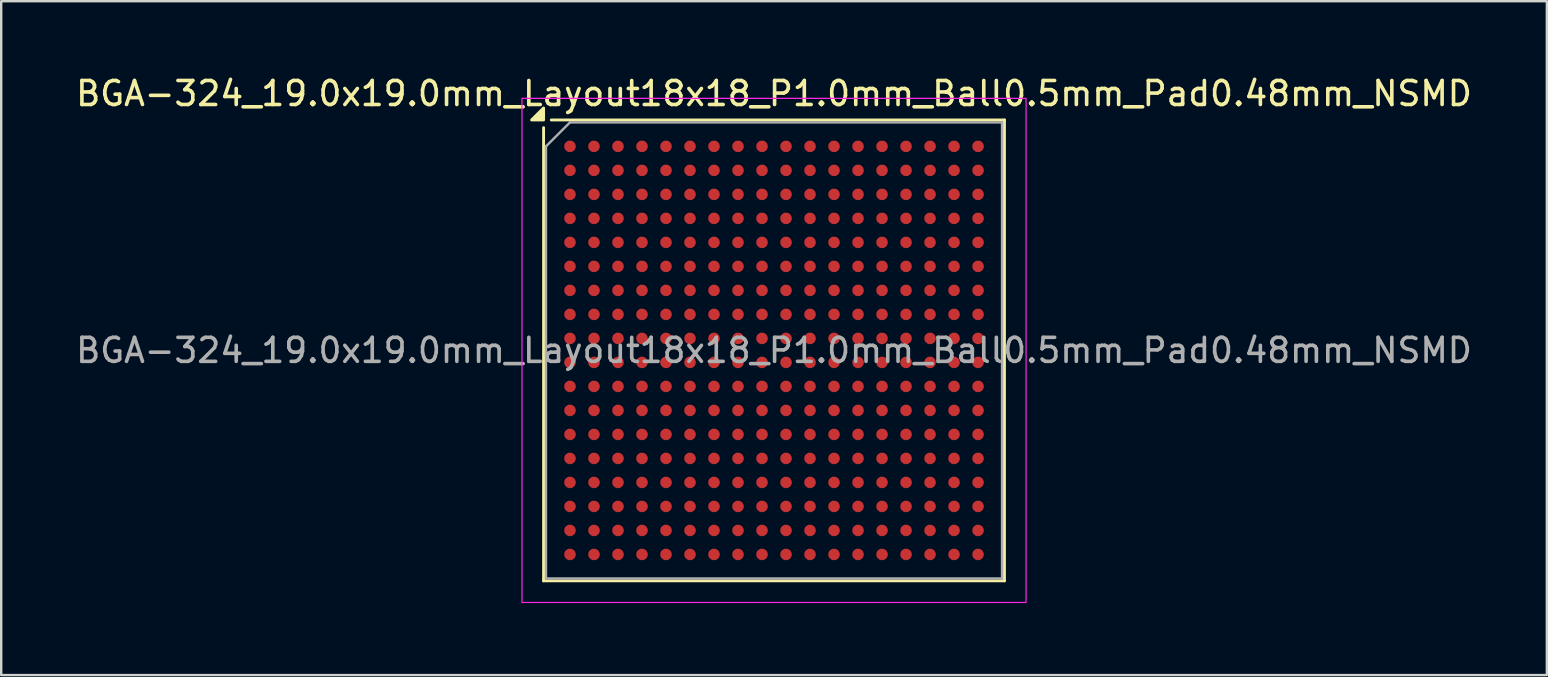
<source format=kicad_pcb>
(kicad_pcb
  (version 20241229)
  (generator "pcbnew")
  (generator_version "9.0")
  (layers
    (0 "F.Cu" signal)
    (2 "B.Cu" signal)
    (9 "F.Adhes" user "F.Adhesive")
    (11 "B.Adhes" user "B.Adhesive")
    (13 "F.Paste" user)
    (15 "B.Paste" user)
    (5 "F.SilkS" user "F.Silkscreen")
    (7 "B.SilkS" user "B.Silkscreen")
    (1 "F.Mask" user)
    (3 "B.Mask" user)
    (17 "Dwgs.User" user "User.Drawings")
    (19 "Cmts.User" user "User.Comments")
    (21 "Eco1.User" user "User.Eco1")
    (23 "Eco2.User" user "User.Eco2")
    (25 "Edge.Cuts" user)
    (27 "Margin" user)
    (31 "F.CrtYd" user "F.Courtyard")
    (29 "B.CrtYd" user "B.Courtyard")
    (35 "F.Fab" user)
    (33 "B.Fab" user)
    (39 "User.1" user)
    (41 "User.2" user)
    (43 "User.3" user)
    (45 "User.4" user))
  (footprint "BGA-324_19.0x19.0mm_Layout18x18_P1.0mm_Ball0.5mm_Pad0.48mm_NSMD"
    (layer "F.Cu")
    (at 29.196 11.548)
    (property "Reference" "BGA-324_19.0x19.0mm_Layout18x18_P1.0mm_Ball0.5mm_Pad0.48mm_NSMD" (at 0 -10.7 0) (layer "F.SilkS") (effects (font (size 1 1) (thickness 0.15))))
    (attr smd)
    (fp_line (start -9.6 -9.28) (end -9.6 9.6) (stroke (width 0.12) (type solid)) (layer "F.SilkS"))
    (fp_line (start -9.6 9.6) (end 9.6 9.6) (stroke (width 0.12) (type solid)) (layer "F.SilkS"))
    (fp_line (start -9.28 -9.6) (end 9.6 -9.6) (stroke (width 0.12) (type solid)) (layer "F.SilkS"))
    (fp_line (start 9.6 9.6) (end 9.6 -9.6) (stroke (width 0.12) (type solid)) (layer "F.SilkS"))
    (fp_poly (pts (xy -9.6 -9.6) (xy -10.1 -9.6) (xy -9.6 -10.1) (xy -9.6 -9.6)) (stroke (width 0.12) (type solid)) (fill yes) (layer "F.SilkS"))
    (fp_rect (start 10.5 10.5) (end -10.5 -10.5) (stroke (width 0.05) (type solid)) (fill no) (layer "F.CrtYd"))
    (fp_line (start -9.5 -8.5) (end -9.5 9.5) (stroke (width 0.1) (type solid)) (layer "F.Fab"))
    (fp_line (start -9.5 9.5) (end 9.5 9.5) (stroke (width 0.1) (type solid)) (layer "F.Fab"))
    (fp_line (start -8.5 -9.5) (end -9.5 -8.5) (stroke (width 0.1) (type solid)) (layer "F.Fab"))
    (fp_line (start 9.5 -9.5) (end -8.5 -9.5) (stroke (width 0.1) (type solid)) (layer "F.Fab"))
    (fp_line (start 9.5 9.5) (end 9.5 -9.5) (stroke (width 0.1) (type solid)) (layer "F.Fab"))
    (fp_text user "${REFERENCE}" (at 0 0 0) (layer "F.Fab") (effects (font (size 1 1) (thickness 0.15))))
    (pad "A1" smd circle (at -8.5 -8.5) (size 0.48 0.48) (property pad_prop_bga) (layers "F.Cu" "F.Mask" "F.Paste"))
    (pad "A2" smd circle (at -7.5 -8.5) (size 0.48 0.48) (property pad_prop_bga) (layers "F.Cu" "F.Mask" "F.Paste"))
    (pad "A3" smd circle (at -6.5 -8.5) (size 0.48 0.48) (property pad_prop_bga) (layers "F.Cu" "F.Mask" "F.Paste"))
    (pad "A4" smd circle (at -5.5 -8.5) (size 0.48 0.48) (property pad_prop_bga) (layers "F.Cu" "F.Mask" "F.Paste"))
    (pad "A5" smd circle (at -4.5 -8.5) (size 0.48 0.48) (property pad_prop_bga) (layers "F.Cu" "F.Mask" "F.Paste"))
    (pad "A6" smd circle (at -3.5 -8.5) (size 0.48 0.48) (property pad_prop_bga) (layers "F.Cu" "F.Mask" "F.Paste"))
    (pad "A7" smd circle (at -2.5 -8.5) (size 0.48 0.48) (property pad_prop_bga) (layers "F.Cu" "F.Mask" "F.Paste"))
    (pad "A8" smd circle (at -1.5 -8.5) (size 0.48 0.48) (property pad_prop_bga) (layers "F.Cu" "F.Mask" "F.Paste"))
    (pad "A9" smd circle (at -0.5 -8.5) (size 0.48 0.48) (property pad_prop_bga) (layers "F.Cu" "F.Mask" "F.Paste"))
    (pad "A10" smd circle (at 0.5 -8.5) (size 0.48 0.48) (property pad_prop_bga) (layers "F.Cu" "F.Mask" "F.Paste"))
    (pad "A11" smd circle (at 1.5 -8.5) (size 0.48 0.48) (property pad_prop_bga) (layers "F.Cu" "F.Mask" "F.Paste"))
    (pad "A12" smd circle (at 2.5 -8.5) (size 0.48 0.48) (property pad_prop_bga) (layers "F.Cu" "F.Mask" "F.Paste"))
    (pad "A13" smd circle (at 3.5 -8.5) (size 0.48 0.48) (property pad_prop_bga) (layers "F.Cu" "F.Mask" "F.Paste"))
    (pad "A14" smd circle (at 4.5 -8.5) (size 0.48 0.48) (property pad_prop_bga) (layers "F.Cu" "F.Mask" "F.Paste"))
    (pad "A15" smd circle (at 5.5 -8.5) (size 0.48 0.48) (property pad_prop_bga) (layers "F.Cu" "F.Mask" "F.Paste"))
    (pad "A16" smd circle (at 6.5 -8.5) (size 0.48 0.48) (property pad_prop_bga) (layers "F.Cu" "F.Mask" "F.Paste"))
    (pad "A17" smd circle (at 7.5 -8.5) (size 0.48 0.48) (property pad_prop_bga) (layers "F.Cu" "F.Mask" "F.Paste"))
    (pad "A18" smd circle (at 8.5 -8.5) (size 0.48 0.48) (property pad_prop_bga) (layers "F.Cu" "F.Mask" "F.Paste"))
    (pad "B1" smd circle (at -8.5 -7.5) (size 0.48 0.48) (property pad_prop_bga) (layers "F.Cu" "F.Mask" "F.Paste"))
    (pad "B2" smd circle (at -7.5 -7.5) (size 0.48 0.48) (property pad_prop_bga) (layers "F.Cu" "F.Mask" "F.Paste"))
    (pad "B3" smd circle (at -6.5 -7.5) (size 0.48 0.48) (property pad_prop_bga) (layers "F.Cu" "F.Mask" "F.Paste"))
    (pad "B4" smd circle (at -5.5 -7.5) (size 0.48 0.48) (property pad_prop_bga) (layers "F.Cu" "F.Mask" "F.Paste"))
    (pad "B5" smd circle (at -4.5 -7.5) (size 0.48 0.48) (property pad_prop_bga) (layers "F.Cu" "F.Mask" "F.Paste"))
    (pad "B6" smd circle (at -3.5 -7.5) (size 0.48 0.48) (property pad_prop_bga) (layers "F.Cu" "F.Mask" "F.Paste"))
    (pad "B7" smd circle (at -2.5 -7.5) (size 0.48 0.48) (property pad_prop_bga) (layers "F.Cu" "F.Mask" "F.Paste"))
    (pad "B8" smd circle (at -1.5 -7.5) (size 0.48 0.48) (property pad_prop_bga) (layers "F.Cu" "F.Mask" "F.Paste"))
    (pad "B9" smd circle (at -0.5 -7.5) (size 0.48 0.48) (property pad_prop_bga) (layers "F.Cu" "F.Mask" "F.Paste"))
    (pad "B10" smd circle (at 0.5 -7.5) (size 0.48 0.48) (property pad_prop_bga) (layers "F.Cu" "F.Mask" "F.Paste"))
    (pad "B11" smd circle (at 1.5 -7.5) (size 0.48 0.48) (property pad_prop_bga) (layers "F.Cu" "F.Mask" "F.Paste"))
    (pad "B12" smd circle (at 2.5 -7.5) (size 0.48 0.48) (property pad_prop_bga) (layers "F.Cu" "F.Mask" "F.Paste"))
    (pad "B13" smd circle (at 3.5 -7.5) (size 0.48 0.48) (property pad_prop_bga) (layers "F.Cu" "F.Mask" "F.Paste"))
    (pad "B14" smd circle (at 4.5 -7.5) (size 0.48 0.48) (property pad_prop_bga) (layers "F.Cu" "F.Mask" "F.Paste"))
    (pad "B15" smd circle (at 5.5 -7.5) (size 0.48 0.48) (property pad_prop_bga) (layers "F.Cu" "F.Mask" "F.Paste"))
    (pad "B16" smd circle (at 6.5 -7.5) (size 0.48 0.48) (property pad_prop_bga) (layers "F.Cu" "F.Mask" "F.Paste"))
    (pad "B17" smd circle (at 7.5 -7.5) (size 0.48 0.48) (property pad_prop_bga) (layers "F.Cu" "F.Mask" "F.Paste"))
    (pad "B18" smd circle (at 8.5 -7.5) (size 0.48 0.48) (property pad_prop_bga) (layers "F.Cu" "F.Mask" "F.Paste"))
    (pad "C1" smd circle (at -8.5 -6.5) (size 0.48 0.48) (property pad_prop_bga) (layers "F.Cu" "F.Mask" "F.Paste"))
    (pad "C2" smd circle (at -7.5 -6.5) (size 0.48 0.48) (property pad_prop_bga) (layers "F.Cu" "F.Mask" "F.Paste"))
    (pad "C3" smd circle (at -6.5 -6.5) (size 0.48 0.48) (property pad_prop_bga) (layers "F.Cu" "F.Mask" "F.Paste"))
    (pad "C4" smd circle (at -5.5 -6.5) (size 0.48 0.48) (property pad_prop_bga) (layers "F.Cu" "F.Mask" "F.Paste"))
    (pad "C5" smd circle (at -4.5 -6.5) (size 0.48 0.48) (property pad_prop_bga) (layers "F.Cu" "F.Mask" "F.Paste"))
    (pad "C6" smd circle (at -3.5 -6.5) (size 0.48 0.48) (property pad_prop_bga) (layers "F.Cu" "F.Mask" "F.Paste"))
    (pad "C7" smd circle (at -2.5 -6.5) (size 0.48 0.48) (property pad_prop_bga) (layers "F.Cu" "F.Mask" "F.Paste"))
    (pad "C8" smd circle (at -1.5 -6.5) (size 0.48 0.48) (property pad_prop_bga) (layers "F.Cu" "F.Mask" "F.Paste"))
    (pad "C9" smd circle (at -0.5 -6.5) (size 0.48 0.48) (property pad_prop_bga) (layers "F.Cu" "F.Mask" "F.Paste"))
    (pad "C10" smd circle (at 0.5 -6.5) (size 0.48 0.48) (property pad_prop_bga) (layers "F.Cu" "F.Mask" "F.Paste"))
    (pad "C11" smd circle (at 1.5 -6.5) (size 0.48 0.48) (property pad_prop_bga) (layers "F.Cu" "F.Mask" "F.Paste"))
    (pad "C12" smd circle (at 2.5 -6.5) (size 0.48 0.48) (property pad_prop_bga) (layers "F.Cu" "F.Mask" "F.Paste"))
    (pad "C13" smd circle (at 3.5 -6.5) (size 0.48 0.48) (property pad_prop_bga) (layers "F.Cu" "F.Mask" "F.Paste"))
    (pad "C14" smd circle (at 4.5 -6.5) (size 0.48 0.48) (property pad_prop_bga) (layers "F.Cu" "F.Mask" "F.Paste"))
    (pad "C15" smd circle (at 5.5 -6.5) (size 0.48 0.48) (property pad_prop_bga) (layers "F.Cu" "F.Mask" "F.Paste"))
    (pad "C16" smd circle (at 6.5 -6.5) (size 0.48 0.48) (property pad_prop_bga) (layers "F.Cu" "F.Mask" "F.Paste"))
    (pad "C17" smd circle (at 7.5 -6.5) (size 0.48 0.48) (property pad_prop_bga) (layers "F.Cu" "F.Mask" "F.Paste"))
    (pad "C18" smd circle (at 8.5 -6.5) (size 0.48 0.48) (property pad_prop_bga) (layers "F.Cu" "F.Mask" "F.Paste"))
    (pad "D1" smd circle (at -8.5 -5.5) (size 0.48 0.48) (property pad_prop_bga) (layers "F.Cu" "F.Mask" "F.Paste"))
    (pad "D2" smd circle (at -7.5 -5.5) (size 0.48 0.48) (property pad_prop_bga) (layers "F.Cu" "F.Mask" "F.Paste"))
    (pad "D3" smd circle (at -6.5 -5.5) (size 0.48 0.48) (property pad_prop_bga) (layers "F.Cu" "F.Mask" "F.Paste"))
    (pad "D4" smd circle (at -5.5 -5.5) (size 0.48 0.48) (property pad_prop_bga) (layers "F.Cu" "F.Mask" "F.Paste"))
    (pad "D5" smd circle (at -4.5 -5.5) (size 0.48 0.48) (property pad_prop_bga) (layers "F.Cu" "F.Mask" "F.Paste"))
    (pad "D6" smd circle (at -3.5 -5.5) (size 0.48 0.48) (property pad_prop_bga) (layers "F.Cu" "F.Mask" "F.Paste"))
    (pad "D7" smd circle (at -2.5 -5.5) (size 0.48 0.48) (property pad_prop_bga) (layers "F.Cu" "F.Mask" "F.Paste"))
    (pad "D8" smd circle (at -1.5 -5.5) (size 0.48 0.48) (property pad_prop_bga) (layers "F.Cu" "F.Mask" "F.Paste"))
    (pad "D9" smd circle (at -0.5 -5.5) (size 0.48 0.48) (property pad_prop_bga) (layers "F.Cu" "F.Mask" "F.Paste"))
    (pad "D10" smd circle (at 0.5 -5.5) (size 0.48 0.48) (property pad_prop_bga) (layers "F.Cu" "F.Mask" "F.Paste"))
    (pad "D11" smd circle (at 1.5 -5.5) (size 0.48 0.48) (property pad_prop_bga) (layers "F.Cu" "F.Mask" "F.Paste"))
    (pad "D12" smd circle (at 2.5 -5.5) (size 0.48 0.48) (property pad_prop_bga) (layers "F.Cu" "F.Mask" "F.Paste"))
    (pad "D13" smd circle (at 3.5 -5.5) (size 0.48 0.48) (property pad_prop_bga) (layers "F.Cu" "F.Mask" "F.Paste"))
    (pad "D14" smd circle (at 4.5 -5.5) (size 0.48 0.48) (property pad_prop_bga) (layers "F.Cu" "F.Mask" "F.Paste"))
    (pad "D15" smd circle (at 5.5 -5.5) (size 0.48 0.48) (property pad_prop_bga) (layers "F.Cu" "F.Mask" "F.Paste"))
    (pad "D16" smd circle (at 6.5 -5.5) (size 0.48 0.48) (property pad_prop_bga) (layers "F.Cu" "F.Mask" "F.Paste"))
    (pad "D17" smd circle (at 7.5 -5.5) (size 0.48 0.48) (property pad_prop_bga) (layers "F.Cu" "F.Mask" "F.Paste"))
    (pad "D18" smd circle (at 8.5 -5.5) (size 0.48 0.48) (property pad_prop_bga) (layers "F.Cu" "F.Mask" "F.Paste"))
    (pad "E1" smd circle (at -8.5 -4.5) (size 0.48 0.48) (property pad_prop_bga) (layers "F.Cu" "F.Mask" "F.Paste"))
    (pad "E2" smd circle (at -7.5 -4.5) (size 0.48 0.48) (property pad_prop_bga) (layers "F.Cu" "F.Mask" "F.Paste"))
    (pad "E3" smd circle (at -6.5 -4.5) (size 0.48 0.48) (property pad_prop_bga) (layers "F.Cu" "F.Mask" "F.Paste"))
    (pad "E4" smd circle (at -5.5 -4.5) (size 0.48 0.48) (property pad_prop_bga) (layers "F.Cu" "F.Mask" "F.Paste"))
    (pad "E5" smd circle (at -4.5 -4.5) (size 0.48 0.48) (property pad_prop_bga) (layers "F.Cu" "F.Mask" "F.Paste"))
    (pad "E6" smd circle (at -3.5 -4.5) (size 0.48 0.48) (property pad_prop_bga) (layers "F.Cu" "F.Mask" "F.Paste"))
    (pad "E7" smd circle (at -2.5 -4.5) (size 0.48 0.48) (property pad_prop_bga) (layers "F.Cu" "F.Mask" "F.Paste"))
    (pad "E8" smd circle (at -1.5 -4.5) (size 0.48 0.48) (property pad_prop_bga) (layers "F.Cu" "F.Mask" "F.Paste"))
    (pad "E9" smd circle (at -0.5 -4.5) (size 0.48 0.48) (property pad_prop_bga) (layers "F.Cu" "F.Mask" "F.Paste"))
    (pad "E10" smd circle (at 0.5 -4.5) (size 0.48 0.48) (property pad_prop_bga) (layers "F.Cu" "F.Mask" "F.Paste"))
    (pad "E11" smd circle (at 1.5 -4.5) (size 0.48 0.48) (property pad_prop_bga) (layers "F.Cu" "F.Mask" "F.Paste"))
    (pad "E12" smd circle (at 2.5 -4.5) (size 0.48 0.48) (property pad_prop_bga) (layers "F.Cu" "F.Mask" "F.Paste"))
    (pad "E13" smd circle (at 3.5 -4.5) (size 0.48 0.48) (property pad_prop_bga) (layers "F.Cu" "F.Mask" "F.Paste"))
    (pad "E14" smd circle (at 4.5 -4.5) (size 0.48 0.48) (property pad_prop_bga) (layers "F.Cu" "F.Mask" "F.Paste"))
    (pad "E15" smd circle (at 5.5 -4.5) (size 0.48 0.48) (property pad_prop_bga) (layers "F.Cu" "F.Mask" "F.Paste"))
    (pad "E16" smd circle (at 6.5 -4.5) (size 0.48 0.48) (property pad_prop_bga) (layers "F.Cu" "F.Mask" "F.Paste"))
    (pad "E17" smd circle (at 7.5 -4.5) (size 0.48 0.48) (property pad_prop_bga) (layers "F.Cu" "F.Mask" "F.Paste"))
    (pad "E18" smd circle (at 8.5 -4.5) (size 0.48 0.48) (property pad_prop_bga) (layers "F.Cu" "F.Mask" "F.Paste"))
    (pad "F1" smd circle (at -8.5 -3.5) (size 0.48 0.48) (property pad_prop_bga) (layers "F.Cu" "F.Mask" "F.Paste"))
    (pad "F2" smd circle (at -7.5 -3.5) (size 0.48 0.48) (property pad_prop_bga) (layers "F.Cu" "F.Mask" "F.Paste"))
    (pad "F3" smd circle (at -6.5 -3.5) (size 0.48 0.48) (property pad_prop_bga) (layers "F.Cu" "F.Mask" "F.Paste"))
    (pad "F4" smd circle (at -5.5 -3.5) (size 0.48 0.48) (property pad_prop_bga) (layers "F.Cu" "F.Mask" "F.Paste"))
    (pad "F5" smd circle (at -4.5 -3.5) (size 0.48 0.48) (property pad_prop_bga) (layers "F.Cu" "F.Mask" "F.Paste"))
    (pad "F6" smd circle (at -3.5 -3.5) (size 0.48 0.48) (property pad_prop_bga) (layers "F.Cu" "F.Mask" "F.Paste"))
    (pad "F7" smd circle (at -2.5 -3.5) (size 0.48 0.48) (property pad_prop_bga) (layers "F.Cu" "F.Mask" "F.Paste"))
    (pad "F8" smd circle (at -1.5 -3.5) (size 0.48 0.48) (property pad_prop_bga) (layers "F.Cu" "F.Mask" "F.Paste"))
    (pad "F9" smd circle (at -0.5 -3.5) (size 0.48 0.48) (property pad_prop_bga) (layers "F.Cu" "F.Mask" "F.Paste"))
    (pad "F10" smd circle (at 0.5 -3.5) (size 0.48 0.48) (property pad_prop_bga) (layers "F.Cu" "F.Mask" "F.Paste"))
    (pad "F11" smd circle (at 1.5 -3.5) (size 0.48 0.48) (property pad_prop_bga) (layers "F.Cu" "F.Mask" "F.Paste"))
    (pad "F12" smd circle (at 2.5 -3.5) (size 0.48 0.48) (property pad_prop_bga) (layers "F.Cu" "F.Mask" "F.Paste"))
    (pad "F13" smd circle (at 3.5 -3.5) (size 0.48 0.48) (property pad_prop_bga) (layers "F.Cu" "F.Mask" "F.Paste"))
    (pad "F14" smd circle (at 4.5 -3.5) (size 0.48 0.48) (property pad_prop_bga) (layers "F.Cu" "F.Mask" "F.Paste"))
    (pad "F15" smd circle (at 5.5 -3.5) (size 0.48 0.48) (property pad_prop_bga) (layers "F.Cu" "F.Mask" "F.Paste"))
    (pad "F16" smd circle (at 6.5 -3.5) (size 0.48 0.48) (property pad_prop_bga) (layers "F.Cu" "F.Mask" "F.Paste"))
    (pad "F17" smd circle (at 7.5 -3.5) (size 0.48 0.48) (property pad_prop_bga) (layers "F.Cu" "F.Mask" "F.Paste"))
    (pad "F18" smd circle (at 8.5 -3.5) (size 0.48 0.48) (property pad_prop_bga) (layers "F.Cu" "F.Mask" "F.Paste"))
    (pad "G1" smd circle (at -8.5 -2.5) (size 0.48 0.48) (property pad_prop_bga) (layers "F.Cu" "F.Mask" "F.Paste"))
    (pad "G2" smd circle (at -7.5 -2.5) (size 0.48 0.48) (property pad_prop_bga) (layers "F.Cu" "F.Mask" "F.Paste"))
    (pad "G3" smd circle (at -6.5 -2.5) (size 0.48 0.48) (property pad_prop_bga) (layers "F.Cu" "F.Mask" "F.Paste"))
    (pad "G4" smd circle (at -5.5 -2.5) (size 0.48 0.48) (property pad_prop_bga) (layers "F.Cu" "F.Mask" "F.Paste"))
    (pad "G5" smd circle (at -4.5 -2.5) (size 0.48 0.48) (property pad_prop_bga) (layers "F.Cu" "F.Mask" "F.Paste"))
    (pad "G6" smd circle (at -3.5 -2.5) (size 0.48 0.48) (property pad_prop_bga) (layers "F.Cu" "F.Mask" "F.Paste"))
    (pad "G7" smd circle (at -2.5 -2.5) (size 0.48 0.48) (property pad_prop_bga) (layers "F.Cu" "F.Mask" "F.Paste"))
    (pad "G8" smd circle (at -1.5 -2.5) (size 0.48 0.48) (property pad_prop_bga) (layers "F.Cu" "F.Mask" "F.Paste"))
    (pad "G9" smd circle (at -0.5 -2.5) (size 0.48 0.48) (property pad_prop_bga) (layers "F.Cu" "F.Mask" "F.Paste"))
    (pad "G10" smd circle (at 0.5 -2.5) (size 0.48 0.48) (property pad_prop_bga) (layers "F.Cu" "F.Mask" "F.Paste"))
    (pad "G11" smd circle (at 1.5 -2.5) (size 0.48 0.48) (property pad_prop_bga) (layers "F.Cu" "F.Mask" "F.Paste"))
    (pad "G12" smd circle (at 2.5 -2.5) (size 0.48 0.48) (property pad_prop_bga) (layers "F.Cu" "F.Mask" "F.Paste"))
    (pad "G13" smd circle (at 3.5 -2.5) (size 0.48 0.48) (property pad_prop_bga) (layers "F.Cu" "F.Mask" "F.Paste"))
    (pad "G14" smd circle (at 4.5 -2.5) (size 0.48 0.48) (property pad_prop_bga) (layers "F.Cu" "F.Mask" "F.Paste"))
    (pad "G15" smd circle (at 5.5 -2.5) (size 0.48 0.48) (property pad_prop_bga) (layers "F.Cu" "F.Mask" "F.Paste"))
    (pad "G16" smd circle (at 6.5 -2.5) (size 0.48 0.48) (property pad_prop_bga) (layers "F.Cu" "F.Mask" "F.Paste"))
    (pad "G17" smd circle (at 7.5 -2.5) (size 0.48 0.48) (property pad_prop_bga) (layers "F.Cu" "F.Mask" "F.Paste"))
    (pad "G18" smd circle (at 8.5 -2.5) (size 0.48 0.48) (property pad_prop_bga) (layers "F.Cu" "F.Mask" "F.Paste"))
    (pad "H1" smd circle (at -8.5 -1.5) (size 0.48 0.48) (property pad_prop_bga) (layers "F.Cu" "F.Mask" "F.Paste"))
    (pad "H2" smd circle (at -7.5 -1.5) (size 0.48 0.48) (property pad_prop_bga) (layers "F.Cu" "F.Mask" "F.Paste"))
    (pad "H3" smd circle (at -6.5 -1.5) (size 0.48 0.48) (property pad_prop_bga) (layers "F.Cu" "F.Mask" "F.Paste"))
    (pad "H4" smd circle (at -5.5 -1.5) (size 0.48 0.48) (property pad_prop_bga) (layers "F.Cu" "F.Mask" "F.Paste"))
    (pad "H5" smd circle (at -4.5 -1.5) (size 0.48 0.48) (property pad_prop_bga) (layers "F.Cu" "F.Mask" "F.Paste"))
    (pad "H6" smd circle (at -3.5 -1.5) (size 0.48 0.48) (property pad_prop_bga) (layers "F.Cu" "F.Mask" "F.Paste"))
    (pad "H7" smd circle (at -2.5 -1.5) (size 0.48 0.48) (property pad_prop_bga) (layers "F.Cu" "F.Mask" "F.Paste"))
    (pad "H8" smd circle (at -1.5 -1.5) (size 0.48 0.48) (property pad_prop_bga) (layers "F.Cu" "F.Mask" "F.Paste"))
    (pad "H9" smd circle (at -0.5 -1.5) (size 0.48 0.48) (property pad_prop_bga) (layers "F.Cu" "F.Mask" "F.Paste"))
    (pad "H10" smd circle (at 0.5 -1.5) (size 0.48 0.48) (property pad_prop_bga) (layers "F.Cu" "F.Mask" "F.Paste"))
    (pad "H11" smd circle (at 1.5 -1.5) (size 0.48 0.48) (property pad_prop_bga) (layers "F.Cu" "F.Mask" "F.Paste"))
    (pad "H12" smd circle (at 2.5 -1.5) (size 0.48 0.48) (property pad_prop_bga) (layers "F.Cu" "F.Mask" "F.Paste"))
    (pad "H13" smd circle (at 3.5 -1.5) (size 0.48 0.48) (property pad_prop_bga) (layers "F.Cu" "F.Mask" "F.Paste"))
    (pad "H14" smd circle (at 4.5 -1.5) (size 0.48 0.48) (property pad_prop_bga) (layers "F.Cu" "F.Mask" "F.Paste"))
    (pad "H15" smd circle (at 5.5 -1.5) (size 0.48 0.48) (property pad_prop_bga) (layers "F.Cu" "F.Mask" "F.Paste"))
    (pad "H16" smd circle (at 6.5 -1.5) (size 0.48 0.48) (property pad_prop_bga) (layers "F.Cu" "F.Mask" "F.Paste"))
    (pad "H17" smd circle (at 7.5 -1.5) (size 0.48 0.48) (property pad_prop_bga) (layers "F.Cu" "F.Mask" "F.Paste"))
    (pad "H18" smd circle (at 8.5 -1.5) (size 0.48 0.48) (property pad_prop_bga) (layers "F.Cu" "F.Mask" "F.Paste"))
    (pad "J1" smd circle (at -8.5 -0.5) (size 0.48 0.48) (property pad_prop_bga) (layers "F.Cu" "F.Mask" "F.Paste"))
    (pad "J2" smd circle (at -7.5 -0.5) (size 0.48 0.48) (property pad_prop_bga) (layers "F.Cu" "F.Mask" "F.Paste"))
    (pad "J3" smd circle (at -6.5 -0.5) (size 0.48 0.48) (property pad_prop_bga) (layers "F.Cu" "F.Mask" "F.Paste"))
    (pad "J4" smd circle (at -5.5 -0.5) (size 0.48 0.48) (property pad_prop_bga) (layers "F.Cu" "F.Mask" "F.Paste"))
    (pad "J5" smd circle (at -4.5 -0.5) (size 0.48 0.48) (property pad_prop_bga) (layers "F.Cu" "F.Mask" "F.Paste"))
    (pad "J6" smd circle (at -3.5 -0.5) (size 0.48 0.48) (property pad_prop_bga) (layers "F.Cu" "F.Mask" "F.Paste"))
    (pad "J7" smd circle (at -2.5 -0.5) (size 0.48 0.48) (property pad_prop_bga) (layers "F.Cu" "F.Mask" "F.Paste"))
    (pad "J8" smd circle (at -1.5 -0.5) (size 0.48 0.48) (property pad_prop_bga) (layers "F.Cu" "F.Mask" "F.Paste"))
    (pad "J9" smd circle (at -0.5 -0.5) (size 0.48 0.48) (property pad_prop_bga) (layers "F.Cu" "F.Mask" "F.Paste"))
    (pad "J10" smd circle (at 0.5 -0.5) (size 0.48 0.48) (property pad_prop_bga) (layers "F.Cu" "F.Mask" "F.Paste"))
    (pad "J11" smd circle (at 1.5 -0.5) (size 0.48 0.48) (property pad_prop_bga) (layers "F.Cu" "F.Mask" "F.Paste"))
    (pad "J12" smd circle (at 2.5 -0.5) (size 0.48 0.48) (property pad_prop_bga) (layers "F.Cu" "F.Mask" "F.Paste"))
    (pad "J13" smd circle (at 3.5 -0.5) (size 0.48 0.48) (property pad_prop_bga) (layers "F.Cu" "F.Mask" "F.Paste"))
    (pad "J14" smd circle (at 4.5 -0.5) (size 0.48 0.48) (property pad_prop_bga) (layers "F.Cu" "F.Mask" "F.Paste"))
    (pad "J15" smd circle (at 5.5 -0.5) (size 0.48 0.48) (property pad_prop_bga) (layers "F.Cu" "F.Mask" "F.Paste"))
    (pad "J16" smd circle (at 6.5 -0.5) (size 0.48 0.48) (property pad_prop_bga) (layers "F.Cu" "F.Mask" "F.Paste"))
    (pad "J17" smd circle (at 7.5 -0.5) (size 0.48 0.48) (property pad_prop_bga) (layers "F.Cu" "F.Mask" "F.Paste"))
    (pad "J18" smd circle (at 8.5 -0.5) (size 0.48 0.48) (property pad_prop_bga) (layers "F.Cu" "F.Mask" "F.Paste"))
    (pad "K1" smd circle (at -8.5 0.5) (size 0.48 0.48) (property pad_prop_bga) (layers "F.Cu" "F.Mask" "F.Paste"))
    (pad "K2" smd circle (at -7.5 0.5) (size 0.48 0.48) (property pad_prop_bga) (layers "F.Cu" "F.Mask" "F.Paste"))
    (pad "K3" smd circle (at -6.5 0.5) (size 0.48 0.48) (property pad_prop_bga) (layers "F.Cu" "F.Mask" "F.Paste"))
    (pad "K4" smd circle (at -5.5 0.5) (size 0.48 0.48) (property pad_prop_bga) (layers "F.Cu" "F.Mask" "F.Paste"))
    (pad "K5" smd circle (at -4.5 0.5) (size 0.48 0.48) (property pad_prop_bga) (layers "F.Cu" "F.Mask" "F.Paste"))
    (pad "K6" smd circle (at -3.5 0.5) (size 0.48 0.48) (property pad_prop_bga) (layers "F.Cu" "F.Mask" "F.Paste"))
    (pad "K7" smd circle (at -2.5 0.5) (size 0.48 0.48) (property pad_prop_bga) (layers "F.Cu" "F.Mask" "F.Paste"))
    (pad "K8" smd circle (at -1.5 0.5) (size 0.48 0.48) (property pad_prop_bga) (layers "F.Cu" "F.Mask" "F.Paste"))
    (pad "K9" smd circle (at -0.5 0.5) (size 0.48 0.48) (property pad_prop_bga) (layers "F.Cu" "F.Mask" "F.Paste"))
    (pad "K10" smd circle (at 0.5 0.5) (size 0.48 0.48) (property pad_prop_bga) (layers "F.Cu" "F.Mask" "F.Paste"))
    (pad "K11" smd circle (at 1.5 0.5) (size 0.48 0.48) (property pad_prop_bga) (layers "F.Cu" "F.Mask" "F.Paste"))
    (pad "K12" smd circle (at 2.5 0.5) (size 0.48 0.48) (property pad_prop_bga) (layers "F.Cu" "F.Mask" "F.Paste"))
    (pad "K13" smd circle (at 3.5 0.5) (size 0.48 0.48) (property pad_prop_bga) (layers "F.Cu" "F.Mask" "F.Paste"))
    (pad "K14" smd circle (at 4.5 0.5) (size 0.48 0.48) (property pad_prop_bga) (layers "F.Cu" "F.Mask" "F.Paste"))
    (pad "K15" smd circle (at 5.5 0.5) (size 0.48 0.48) (property pad_prop_bga) (layers "F.Cu" "F.Mask" "F.Paste"))
    (pad "K16" smd circle (at 6.5 0.5) (size 0.48 0.48) (property pad_prop_bga) (layers "F.Cu" "F.Mask" "F.Paste"))
    (pad "K17" smd circle (at 7.5 0.5) (size 0.48 0.48) (property pad_prop_bga) (layers "F.Cu" "F.Mask" "F.Paste"))
    (pad "K18" smd circle (at 8.5 0.5) (size 0.48 0.48) (property pad_prop_bga) (layers "F.Cu" "F.Mask" "F.Paste"))
    (pad "L1" smd circle (at -8.5 1.5) (size 0.48 0.48) (property pad_prop_bga) (layers "F.Cu" "F.Mask" "F.Paste"))
    (pad "L2" smd circle (at -7.5 1.5) (size 0.48 0.48) (property pad_prop_bga) (layers "F.Cu" "F.Mask" "F.Paste"))
    (pad "L3" smd circle (at -6.5 1.5) (size 0.48 0.48) (property pad_prop_bga) (layers "F.Cu" "F.Mask" "F.Paste"))
    (pad "L4" smd circle (at -5.5 1.5) (size 0.48 0.48) (property pad_prop_bga) (layers "F.Cu" "F.Mask" "F.Paste"))
    (pad "L5" smd circle (at -4.5 1.5) (size 0.48 0.48) (property pad_prop_bga) (layers "F.Cu" "F.Mask" "F.Paste"))
    (pad "L6" smd circle (at -3.5 1.5) (size 0.48 0.48) (property pad_prop_bga) (layers "F.Cu" "F.Mask" "F.Paste"))
    (pad "L7" smd circle (at -2.5 1.5) (size 0.48 0.48) (property pad_prop_bga) (layers "F.Cu" "F.Mask" "F.Paste"))
    (pad "L8" smd circle (at -1.5 1.5) (size 0.48 0.48) (property pad_prop_bga) (layers "F.Cu" "F.Mask" "F.Paste"))
    (pad "L9" smd circle (at -0.5 1.5) (size 0.48 0.48) (property pad_prop_bga) (layers "F.Cu" "F.Mask" "F.Paste"))
    (pad "L10" smd circle (at 0.5 1.5) (size 0.48 0.48) (property pad_prop_bga) (layers "F.Cu" "F.Mask" "F.Paste"))
    (pad "L11" smd circle (at 1.5 1.5) (size 0.48 0.48) (property pad_prop_bga) (layers "F.Cu" "F.Mask" "F.Paste"))
    (pad "L12" smd circle (at 2.5 1.5) (size 0.48 0.48) (property pad_prop_bga) (layers "F.Cu" "F.Mask" "F.Paste"))
    (pad "L13" smd circle (at 3.5 1.5) (size 0.48 0.48) (property pad_prop_bga) (layers "F.Cu" "F.Mask" "F.Paste"))
    (pad "L14" smd circle (at 4.5 1.5) (size 0.48 0.48) (property pad_prop_bga) (layers "F.Cu" "F.Mask" "F.Paste"))
    (pad "L15" smd circle (at 5.5 1.5) (size 0.48 0.48) (property pad_prop_bga) (layers "F.Cu" "F.Mask" "F.Paste"))
    (pad "L16" smd circle (at 6.5 1.5) (size 0.48 0.48) (property pad_prop_bga) (layers "F.Cu" "F.Mask" "F.Paste"))
    (pad "L17" smd circle (at 7.5 1.5) (size 0.48 0.48) (property pad_prop_bga) (layers "F.Cu" "F.Mask" "F.Paste"))
    (pad "L18" smd circle (at 8.5 1.5) (size 0.48 0.48) (property pad_prop_bga) (layers "F.Cu" "F.Mask" "F.Paste"))
    (pad "M1" smd circle (at -8.5 2.5) (size 0.48 0.48) (property pad_prop_bga) (layers "F.Cu" "F.Mask" "F.Paste"))
    (pad "M2" smd circle (at -7.5 2.5) (size 0.48 0.48) (property pad_prop_bga) (layers "F.Cu" "F.Mask" "F.Paste"))
    (pad "M3" smd circle (at -6.5 2.5) (size 0.48 0.48) (property pad_prop_bga) (layers "F.Cu" "F.Mask" "F.Paste"))
    (pad "M4" smd circle (at -5.5 2.5) (size 0.48 0.48) (property pad_prop_bga) (layers "F.Cu" "F.Mask" "F.Paste"))
    (pad "M5" smd circle (at -4.5 2.5) (size 0.48 0.48) (property pad_prop_bga) (layers "F.Cu" "F.Mask" "F.Paste"))
    (pad "M6" smd circle (at -3.5 2.5) (size 0.48 0.48) (property pad_prop_bga) (layers "F.Cu" "F.Mask" "F.Paste"))
    (pad "M7" smd circle (at -2.5 2.5) (size 0.48 0.48) (property pad_prop_bga) (layers "F.Cu" "F.Mask" "F.Paste"))
    (pad "M8" smd circle (at -1.5 2.5) (size 0.48 0.48) (property pad_prop_bga) (layers "F.Cu" "F.Mask" "F.Paste"))
    (pad "M9" smd circle (at -0.5 2.5) (size 0.48 0.48) (property pad_prop_bga) (layers "F.Cu" "F.Mask" "F.Paste"))
    (pad "M10" smd circle (at 0.5 2.5) (size 0.48 0.48) (property pad_prop_bga) (layers "F.Cu" "F.Mask" "F.Paste"))
    (pad "M11" smd circle (at 1.5 2.5) (size 0.48 0.48) (property pad_prop_bga) (layers "F.Cu" "F.Mask" "F.Paste"))
    (pad "M12" smd circle (at 2.5 2.5) (size 0.48 0.48) (property pad_prop_bga) (layers "F.Cu" "F.Mask" "F.Paste"))
    (pad "M13" smd circle (at 3.5 2.5) (size 0.48 0.48) (property pad_prop_bga) (layers "F.Cu" "F.Mask" "F.Paste"))
    (pad "M14" smd circle (at 4.5 2.5) (size 0.48 0.48) (property pad_prop_bga) (layers "F.Cu" "F.Mask" "F.Paste"))
    (pad "M15" smd circle (at 5.5 2.5) (size 0.48 0.48) (property pad_prop_bga) (layers "F.Cu" "F.Mask" "F.Paste"))
    (pad "M16" smd circle (at 6.5 2.5) (size 0.48 0.48) (property pad_prop_bga) (layers "F.Cu" "F.Mask" "F.Paste"))
    (pad "M17" smd circle (at 7.5 2.5) (size 0.48 0.48) (property pad_prop_bga) (layers "F.Cu" "F.Mask" "F.Paste"))
    (pad "M18" smd circle (at 8.5 2.5) (size 0.48 0.48) (property pad_prop_bga) (layers "F.Cu" "F.Mask" "F.Paste"))
    (pad "N1" smd circle (at -8.5 3.5) (size 0.48 0.48) (property pad_prop_bga) (layers "F.Cu" "F.Mask" "F.Paste"))
    (pad "N2" smd circle (at -7.5 3.5) (size 0.48 0.48) (property pad_prop_bga) (layers "F.Cu" "F.Mask" "F.Paste"))
    (pad "N3" smd circle (at -6.5 3.5) (size 0.48 0.48) (property pad_prop_bga) (layers "F.Cu" "F.Mask" "F.Paste"))
    (pad "N4" smd circle (at -5.5 3.5) (size 0.48 0.48) (property pad_prop_bga) (layers "F.Cu" "F.Mask" "F.Paste"))
    (pad "N5" smd circle (at -4.5 3.5) (size 0.48 0.48) (property pad_prop_bga) (layers "F.Cu" "F.Mask" "F.Paste"))
    (pad "N6" smd circle (at -3.5 3.5) (size 0.48 0.48) (property pad_prop_bga) (layers "F.Cu" "F.Mask" "F.Paste"))
    (pad "N7" smd circle (at -2.5 3.5) (size 0.48 0.48) (property pad_prop_bga) (layers "F.Cu" "F.Mask" "F.Paste"))
    (pad "N8" smd circle (at -1.5 3.5) (size 0.48 0.48) (property pad_prop_bga) (layers "F.Cu" "F.Mask" "F.Paste"))
    (pad "N9" smd circle (at -0.5 3.5) (size 0.48 0.48) (property pad_prop_bga) (layers "F.Cu" "F.Mask" "F.Paste"))
    (pad "N10" smd circle (at 0.5 3.5) (size 0.48 0.48) (property pad_prop_bga) (layers "F.Cu" "F.Mask" "F.Paste"))
    (pad "N11" smd circle (at 1.5 3.5) (size 0.48 0.48) (property pad_prop_bga) (layers "F.Cu" "F.Mask" "F.Paste"))
    (pad "N12" smd circle (at 2.5 3.5) (size 0.48 0.48) (property pad_prop_bga) (layers "F.Cu" "F.Mask" "F.Paste"))
    (pad "N13" smd circle (at 3.5 3.5) (size 0.48 0.48) (property pad_prop_bga) (layers "F.Cu" "F.Mask" "F.Paste"))
    (pad "N14" smd circle (at 4.5 3.5) (size 0.48 0.48) (property pad_prop_bga) (layers "F.Cu" "F.Mask" "F.Paste"))
    (pad "N15" smd circle (at 5.5 3.5) (size 0.48 0.48) (property pad_prop_bga) (layers "F.Cu" "F.Mask" "F.Paste"))
    (pad "N16" smd circle (at 6.5 3.5) (size 0.48 0.48) (property pad_prop_bga) (layers "F.Cu" "F.Mask" "F.Paste"))
    (pad "N17" smd circle (at 7.5 3.5) (size 0.48 0.48) (property pad_prop_bga) (layers "F.Cu" "F.Mask" "F.Paste"))
    (pad "N18" smd circle (at 8.5 3.5) (size 0.48 0.48) (property pad_prop_bga) (layers "F.Cu" "F.Mask" "F.Paste"))
    (pad "P1" smd circle (at -8.5 4.5) (size 0.48 0.48) (property pad_prop_bga) (layers "F.Cu" "F.Mask" "F.Paste"))
    (pad "P2" smd circle (at -7.5 4.5) (size 0.48 0.48) (property pad_prop_bga) (layers "F.Cu" "F.Mask" "F.Paste"))
    (pad "P3" smd circle (at -6.5 4.5) (size 0.48 0.48) (property pad_prop_bga) (layers "F.Cu" "F.Mask" "F.Paste"))
    (pad "P4" smd circle (at -5.5 4.5) (size 0.48 0.48) (property pad_prop_bga) (layers "F.Cu" "F.Mask" "F.Paste"))
    (pad "P5" smd circle (at -4.5 4.5) (size 0.48 0.48) (property pad_prop_bga) (layers "F.Cu" "F.Mask" "F.Paste"))
    (pad "P6" smd circle (at -3.5 4.5) (size 0.48 0.48) (property pad_prop_bga) (layers "F.Cu" "F.Mask" "F.Paste"))
    (pad "P7" smd circle (at -2.5 4.5) (size 0.48 0.48) (property pad_prop_bga) (layers "F.Cu" "F.Mask" "F.Paste"))
    (pad "P8" smd circle (at -1.5 4.5) (size 0.48 0.48) (property pad_prop_bga) (layers "F.Cu" "F.Mask" "F.Paste"))
    (pad "P9" smd circle (at -0.5 4.5) (size 0.48 0.48) (property pad_prop_bga) (layers "F.Cu" "F.Mask" "F.Paste"))
    (pad "P10" smd circle (at 0.5 4.5) (size 0.48 0.48) (property pad_prop_bga) (layers "F.Cu" "F.Mask" "F.Paste"))
    (pad "P11" smd circle (at 1.5 4.5) (size 0.48 0.48) (property pad_prop_bga) (layers "F.Cu" "F.Mask" "F.Paste"))
    (pad "P12" smd circle (at 2.5 4.5) (size 0.48 0.48) (property pad_prop_bga) (layers "F.Cu" "F.Mask" "F.Paste"))
    (pad "P13" smd circle (at 3.5 4.5) (size 0.48 0.48) (property pad_prop_bga) (layers "F.Cu" "F.Mask" "F.Paste"))
    (pad "P14" smd circle (at 4.5 4.5) (size 0.48 0.48) (property pad_prop_bga) (layers "F.Cu" "F.Mask" "F.Paste"))
    (pad "P15" smd circle (at 5.5 4.5) (size 0.48 0.48) (property pad_prop_bga) (layers "F.Cu" "F.Mask" "F.Paste"))
    (pad "P16" smd circle (at 6.5 4.5) (size 0.48 0.48) (property pad_prop_bga) (layers "F.Cu" "F.Mask" "F.Paste"))
    (pad "P17" smd circle (at 7.5 4.5) (size 0.48 0.48) (property pad_prop_bga) (layers "F.Cu" "F.Mask" "F.Paste"))
    (pad "P18" smd circle (at 8.5 4.5) (size 0.48 0.48) (property pad_prop_bga) (layers "F.Cu" "F.Mask" "F.Paste"))
    (pad "R1" smd circle (at -8.5 5.5) (size 0.48 0.48) (property pad_prop_bga) (layers "F.Cu" "F.Mask" "F.Paste"))
    (pad "R2" smd circle (at -7.5 5.5) (size 0.48 0.48) (property pad_prop_bga) (layers "F.Cu" "F.Mask" "F.Paste"))
    (pad "R3" smd circle (at -6.5 5.5) (size 0.48 0.48) (property pad_prop_bga) (layers "F.Cu" "F.Mask" "F.Paste"))
    (pad "R4" smd circle (at -5.5 5.5) (size 0.48 0.48) (property pad_prop_bga) (layers "F.Cu" "F.Mask" "F.Paste"))
    (pad "R5" smd circle (at -4.5 5.5) (size 0.48 0.48) (property pad_prop_bga) (layers "F.Cu" "F.Mask" "F.Paste"))
    (pad "R6" smd circle (at -3.5 5.5) (size 0.48 0.48) (property pad_prop_bga) (layers "F.Cu" "F.Mask" "F.Paste"))
    (pad "R7" smd circle (at -2.5 5.5) (size 0.48 0.48) (property pad_prop_bga) (layers "F.Cu" "F.Mask" "F.Paste"))
    (pad "R8" smd circle (at -1.5 5.5) (size 0.48 0.48) (property pad_prop_bga) (layers "F.Cu" "F.Mask" "F.Paste"))
    (pad "R9" smd circle (at -0.5 5.5) (size 0.48 0.48) (property pad_prop_bga) (layers "F.Cu" "F.Mask" "F.Paste"))
    (pad "R10" smd circle (at 0.5 5.5) (size 0.48 0.48) (property pad_prop_bga) (layers "F.Cu" "F.Mask" "F.Paste"))
    (pad "R11" smd circle (at 1.5 5.5) (size 0.48 0.48) (property pad_prop_bga) (layers "F.Cu" "F.Mask" "F.Paste"))
    (pad "R12" smd circle (at 2.5 5.5) (size 0.48 0.48) (property pad_prop_bga) (layers "F.Cu" "F.Mask" "F.Paste"))
    (pad "R13" smd circle (at 3.5 5.5) (size 0.48 0.48) (property pad_prop_bga) (layers "F.Cu" "F.Mask" "F.Paste"))
    (pad "R14" smd circle (at 4.5 5.5) (size 0.48 0.48) (property pad_prop_bga) (layers "F.Cu" "F.Mask" "F.Paste"))
    (pad "R15" smd circle (at 5.5 5.5) (size 0.48 0.48) (property pad_prop_bga) (layers "F.Cu" "F.Mask" "F.Paste"))
    (pad "R16" smd circle (at 6.5 5.5) (size 0.48 0.48) (property pad_prop_bga) (layers "F.Cu" "F.Mask" "F.Paste"))
    (pad "R17" smd circle (at 7.5 5.5) (size 0.48 0.48) (property pad_prop_bga) (layers "F.Cu" "F.Mask" "F.Paste"))
    (pad "R18" smd circle (at 8.5 5.5) (size 0.48 0.48) (property pad_prop_bga) (layers "F.Cu" "F.Mask" "F.Paste"))
    (pad "T1" smd circle (at -8.5 6.5) (size 0.48 0.48) (property pad_prop_bga) (layers "F.Cu" "F.Mask" "F.Paste"))
    (pad "T2" smd circle (at -7.5 6.5) (size 0.48 0.48) (property pad_prop_bga) (layers "F.Cu" "F.Mask" "F.Paste"))
    (pad "T3" smd circle (at -6.5 6.5) (size 0.48 0.48) (property pad_prop_bga) (layers "F.Cu" "F.Mask" "F.Paste"))
    (pad "T4" smd circle (at -5.5 6.5) (size 0.48 0.48) (property pad_prop_bga) (layers "F.Cu" "F.Mask" "F.Paste"))
    (pad "T5" smd circle (at -4.5 6.5) (size 0.48 0.48) (property pad_prop_bga) (layers "F.Cu" "F.Mask" "F.Paste"))
    (pad "T6" smd circle (at -3.5 6.5) (size 0.48 0.48) (property pad_prop_bga) (layers "F.Cu" "F.Mask" "F.Paste"))
    (pad "T7" smd circle (at -2.5 6.5) (size 0.48 0.48) (property pad_prop_bga) (layers "F.Cu" "F.Mask" "F.Paste"))
    (pad "T8" smd circle (at -1.5 6.5) (size 0.48 0.48) (property pad_prop_bga) (layers "F.Cu" "F.Mask" "F.Paste"))
    (pad "T9" smd circle (at -0.5 6.5) (size 0.48 0.48) (property pad_prop_bga) (layers "F.Cu" "F.Mask" "F.Paste"))
    (pad "T10" smd circle (at 0.5 6.5) (size 0.48 0.48) (property pad_prop_bga) (layers "F.Cu" "F.Mask" "F.Paste"))
    (pad "T11" smd circle (at 1.5 6.5) (size 0.48 0.48) (property pad_prop_bga) (layers "F.Cu" "F.Mask" "F.Paste"))
    (pad "T12" smd circle (at 2.5 6.5) (size 0.48 0.48) (property pad_prop_bga) (layers "F.Cu" "F.Mask" "F.Paste"))
    (pad "T13" smd circle (at 3.5 6.5) (size 0.48 0.48) (property pad_prop_bga) (layers "F.Cu" "F.Mask" "F.Paste"))
    (pad "T14" smd circle (at 4.5 6.5) (size 0.48 0.48) (property pad_prop_bga) (layers "F.Cu" "F.Mask" "F.Paste"))
    (pad "T15" smd circle (at 5.5 6.5) (size 0.48 0.48) (property pad_prop_bga) (layers "F.Cu" "F.Mask" "F.Paste"))
    (pad "T16" smd circle (at 6.5 6.5) (size 0.48 0.48) (property pad_prop_bga) (layers "F.Cu" "F.Mask" "F.Paste"))
    (pad "T17" smd circle (at 7.5 6.5) (size 0.48 0.48) (property pad_prop_bga) (layers "F.Cu" "F.Mask" "F.Paste"))
    (pad "T18" smd circle (at 8.5 6.5) (size 0.48 0.48) (property pad_prop_bga) (layers "F.Cu" "F.Mask" "F.Paste"))
    (pad "U1" smd circle (at -8.5 7.5) (size 0.48 0.48) (property pad_prop_bga) (layers "F.Cu" "F.Mask" "F.Paste"))
    (pad "U2" smd circle (at -7.5 7.5) (size 0.48 0.48) (property pad_prop_bga) (layers "F.Cu" "F.Mask" "F.Paste"))
    (pad "U3" smd circle (at -6.5 7.5) (size 0.48 0.48) (property pad_prop_bga) (layers "F.Cu" "F.Mask" "F.Paste"))
    (pad "U4" smd circle (at -5.5 7.5) (size 0.48 0.48) (property pad_prop_bga) (layers "F.Cu" "F.Mask" "F.Paste"))
    (pad "U5" smd circle (at -4.5 7.5) (size 0.48 0.48) (property pad_prop_bga) (layers "F.Cu" "F.Mask" "F.Paste"))
    (pad "U6" smd circle (at -3.5 7.5) (size 0.48 0.48) (property pad_prop_bga) (layers "F.Cu" "F.Mask" "F.Paste"))
    (pad "U7" smd circle (at -2.5 7.5) (size 0.48 0.48) (property pad_prop_bga) (layers "F.Cu" "F.Mask" "F.Paste"))
    (pad "U8" smd circle (at -1.5 7.5) (size 0.48 0.48) (property pad_prop_bga) (layers "F.Cu" "F.Mask" "F.Paste"))
    (pad "U9" smd circle (at -0.5 7.5) (size 0.48 0.48) (property pad_prop_bga) (layers "F.Cu" "F.Mask" "F.Paste"))
    (pad "U10" smd circle (at 0.5 7.5) (size 0.48 0.48) (property pad_prop_bga) (layers "F.Cu" "F.Mask" "F.Paste"))
    (pad "U11" smd circle (at 1.5 7.5) (size 0.48 0.48) (property pad_prop_bga) (layers "F.Cu" "F.Mask" "F.Paste"))
    (pad "U12" smd circle (at 2.5 7.5) (size 0.48 0.48) (property pad_prop_bga) (layers "F.Cu" "F.Mask" "F.Paste"))
    (pad "U13" smd circle (at 3.5 7.5) (size 0.48 0.48) (property pad_prop_bga) (layers "F.Cu" "F.Mask" "F.Paste"))
    (pad "U14" smd circle (at 4.5 7.5) (size 0.48 0.48) (property pad_prop_bga) (layers "F.Cu" "F.Mask" "F.Paste"))
    (pad "U15" smd circle (at 5.5 7.5) (size 0.48 0.48) (property pad_prop_bga) (layers "F.Cu" "F.Mask" "F.Paste"))
    (pad "U16" smd circle (at 6.5 7.5) (size 0.48 0.48) (property pad_prop_bga) (layers "F.Cu" "F.Mask" "F.Paste"))
    (pad "U17" smd circle (at 7.5 7.5) (size 0.48 0.48) (property pad_prop_bga) (layers "F.Cu" "F.Mask" "F.Paste"))
    (pad "U18" smd circle (at 8.5 7.5) (size 0.48 0.48) (property pad_prop_bga) (layers "F.Cu" "F.Mask" "F.Paste"))
    (pad "V1" smd circle (at -8.5 8.5) (size 0.48 0.48) (property pad_prop_bga) (layers "F.Cu" "F.Mask" "F.Paste"))
    (pad "V2" smd circle (at -7.5 8.5) (size 0.48 0.48) (property pad_prop_bga) (layers "F.Cu" "F.Mask" "F.Paste"))
    (pad "V3" smd circle (at -6.5 8.5) (size 0.48 0.48) (property pad_prop_bga) (layers "F.Cu" "F.Mask" "F.Paste"))
    (pad "V4" smd circle (at -5.5 8.5) (size 0.48 0.48) (property pad_prop_bga) (layers "F.Cu" "F.Mask" "F.Paste"))
    (pad "V5" smd circle (at -4.5 8.5) (size 0.48 0.48) (property pad_prop_bga) (layers "F.Cu" "F.Mask" "F.Paste"))
    (pad "V6" smd circle (at -3.5 8.5) (size 0.48 0.48) (property pad_prop_bga) (layers "F.Cu" "F.Mask" "F.Paste"))
    (pad "V7" smd circle (at -2.5 8.5) (size 0.48 0.48) (property pad_prop_bga) (layers "F.Cu" "F.Mask" "F.Paste"))
    (pad "V8" smd circle (at -1.5 8.5) (size 0.48 0.48) (property pad_prop_bga) (layers "F.Cu" "F.Mask" "F.Paste"))
    (pad "V9" smd circle (at -0.5 8.5) (size 0.48 0.48) (property pad_prop_bga) (layers "F.Cu" "F.Mask" "F.Paste"))
    (pad "V10" smd circle (at 0.5 8.5) (size 0.48 0.48) (property pad_prop_bga) (layers "F.Cu" "F.Mask" "F.Paste"))
    (pad "V11" smd circle (at 1.5 8.5) (size 0.48 0.48) (property pad_prop_bga) (layers "F.Cu" "F.Mask" "F.Paste"))
    (pad "V12" smd circle (at 2.5 8.5) (size 0.48 0.48) (property pad_prop_bga) (layers "F.Cu" "F.Mask" "F.Paste"))
    (pad "V13" smd circle (at 3.5 8.5) (size 0.48 0.48) (property pad_prop_bga) (layers "F.Cu" "F.Mask" "F.Paste"))
    (pad "V14" smd circle (at 4.5 8.5) (size 0.48 0.48) (property pad_prop_bga) (layers "F.Cu" "F.Mask" "F.Paste"))
    (pad "V15" smd circle (at 5.5 8.5) (size 0.48 0.48) (property pad_prop_bga) (layers "F.Cu" "F.Mask" "F.Paste"))
    (pad "V16" smd circle (at 6.5 8.5) (size 0.48 0.48) (property pad_prop_bga) (layers "F.Cu" "F.Mask" "F.Paste"))
    (pad "V17" smd circle (at 7.5 8.5) (size 0.48 0.48) (property pad_prop_bga) (layers "F.Cu" "F.Mask" "F.Paste"))
    (pad "V18" smd circle (at 8.5 8.5) (size 0.48 0.48) (property pad_prop_bga) (layers "F.Cu" "F.Mask" "F.Paste")))
  (gr_rect
    (start -3 -3)
    (end 61.393 25.073)
    (stroke (width 0.1) (type default))
    (fill no)
    (layer "Edge.Cuts")))
</source>
